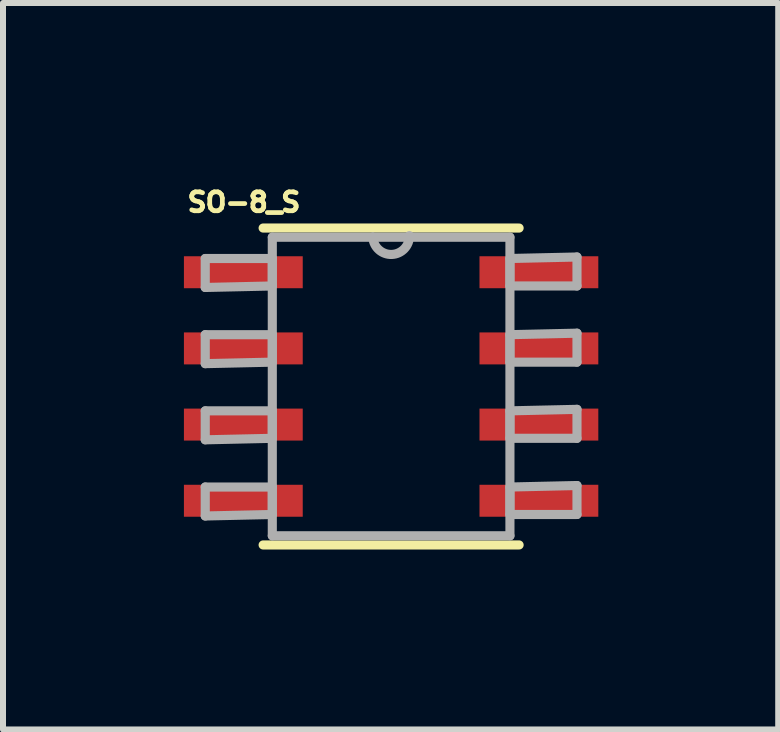
<source format=kicad_pcb>
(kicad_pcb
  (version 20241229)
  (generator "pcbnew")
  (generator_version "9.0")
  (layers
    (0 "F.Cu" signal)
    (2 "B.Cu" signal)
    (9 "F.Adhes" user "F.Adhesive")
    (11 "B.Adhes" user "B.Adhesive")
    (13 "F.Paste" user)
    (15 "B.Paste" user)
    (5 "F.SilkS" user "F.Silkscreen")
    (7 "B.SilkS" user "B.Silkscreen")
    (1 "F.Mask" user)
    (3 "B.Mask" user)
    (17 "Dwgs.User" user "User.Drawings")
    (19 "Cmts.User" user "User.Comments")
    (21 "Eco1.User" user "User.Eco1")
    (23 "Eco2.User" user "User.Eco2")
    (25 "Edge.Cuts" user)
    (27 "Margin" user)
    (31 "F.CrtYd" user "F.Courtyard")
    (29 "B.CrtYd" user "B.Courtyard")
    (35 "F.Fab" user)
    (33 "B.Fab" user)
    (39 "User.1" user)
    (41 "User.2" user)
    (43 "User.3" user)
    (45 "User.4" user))
  (footprint "SO-8_S"
    (layer "F.Cu")
    (at 3.471 3.394)
    (property "Reference" "SO-8_S" (at -2.454 -3.072 0) (layer "F.SilkS") (effects (font (size 0.315 0.315) (thickness 0.15))))
    (attr through_hole)
    (fp_line (start -2.134 2.642) (end 2.134 2.642) (stroke (width 0.152) (type solid)) (layer "F.SilkS"))
    (fp_line (start 2.134 -2.642) (end -2.134 -2.642) (stroke (width 0.152) (type solid)) (layer "F.SilkS"))
    (fp_line (start -3.099 -2.134) (end -3.099 -1.651) (stroke (width 0.152) (type solid)) (layer "F.Fab"))
    (fp_line (start -3.099 -1.651) (end -1.981 -1.676) (stroke (width 0.152) (type solid)) (layer "F.Fab"))
    (fp_line (start -3.099 -0.864) (end -3.099 -0.381) (stroke (width 0.152) (type solid)) (layer "F.Fab"))
    (fp_line (start -3.099 -0.381) (end -1.981 -0.406) (stroke (width 0.152) (type solid)) (layer "F.Fab"))
    (fp_line (start -3.099 0.406) (end -3.099 0.889) (stroke (width 0.152) (type solid)) (layer "F.Fab"))
    (fp_line (start -3.099 0.889) (end -1.981 0.864) (stroke (width 0.152) (type solid)) (layer "F.Fab"))
    (fp_line (start -3.099 1.676) (end -3.099 2.159) (stroke (width 0.152) (type solid)) (layer "F.Fab"))
    (fp_line (start -3.099 2.159) (end -1.981 2.134) (stroke (width 0.152) (type solid)) (layer "F.Fab"))
    (fp_line (start -1.981 -2.489) (end -1.981 2.489) (stroke (width 0.152) (type solid)) (layer "F.Fab"))
    (fp_line (start -1.981 -2.134) (end -3.099 -2.134) (stroke (width 0.152) (type solid)) (layer "F.Fab"))
    (fp_line (start -1.981 -1.676) (end -1.981 -2.134) (stroke (width 0.152) (type solid)) (layer "F.Fab"))
    (fp_line (start -1.981 -0.864) (end -3.099 -0.864) (stroke (width 0.152) (type solid)) (layer "F.Fab"))
    (fp_line (start -1.981 -0.406) (end -1.981 -0.864) (stroke (width 0.152) (type solid)) (layer "F.Fab"))
    (fp_line (start -1.981 0.406) (end -3.099 0.406) (stroke (width 0.152) (type solid)) (layer "F.Fab"))
    (fp_line (start -1.981 0.864) (end -1.981 0.406) (stroke (width 0.152) (type solid)) (layer "F.Fab"))
    (fp_line (start -1.981 1.676) (end -3.099 1.676) (stroke (width 0.152) (type solid)) (layer "F.Fab"))
    (fp_line (start -1.981 2.134) (end -1.981 1.676) (stroke (width 0.152) (type solid)) (layer "F.Fab"))
    (fp_line (start -1.981 2.489) (end 1.981 2.489) (stroke (width 0.152) (type solid)) (layer "F.Fab"))
    (fp_line (start -0.305 -2.489) (end -1.981 -2.489) (stroke (width 0.152) (type solid)) (layer "F.Fab"))
    (fp_line (start 1.981 -2.489) (end -0.305 -2.489) (stroke (width 0.152) (type solid)) (layer "F.Fab"))
    (fp_line (start 1.981 -2.134) (end 1.981 -1.676) (stroke (width 0.152) (type solid)) (layer "F.Fab"))
    (fp_line (start 1.981 -1.676) (end 3.099 -1.676) (stroke (width 0.152) (type solid)) (layer "F.Fab"))
    (fp_line (start 1.981 -0.864) (end 1.981 -0.406) (stroke (width 0.152) (type solid)) (layer "F.Fab"))
    (fp_line (start 1.981 -0.406) (end 3.099 -0.406) (stroke (width 0.152) (type solid)) (layer "F.Fab"))
    (fp_line (start 1.981 0.406) (end 1.981 0.864) (stroke (width 0.152) (type solid)) (layer "F.Fab"))
    (fp_line (start 1.981 0.864) (end 3.099 0.864) (stroke (width 0.152) (type solid)) (layer "F.Fab"))
    (fp_line (start 1.981 1.676) (end 1.981 2.134) (stroke (width 0.152) (type solid)) (layer "F.Fab"))
    (fp_line (start 1.981 2.134) (end 3.099 2.134) (stroke (width 0.152) (type solid)) (layer "F.Fab"))
    (fp_line (start 1.981 2.489) (end 1.981 -2.489) (stroke (width 0.152) (type solid)) (layer "F.Fab"))
    (fp_line (start 3.099 -2.159) (end 1.981 -2.134) (stroke (width 0.152) (type solid)) (layer "F.Fab"))
    (fp_line (start 3.099 -1.676) (end 3.099 -2.159) (stroke (width 0.152) (type solid)) (layer "F.Fab"))
    (fp_line (start 3.099 -0.889) (end 1.981 -0.864) (stroke (width 0.152) (type solid)) (layer "F.Fab"))
    (fp_line (start 3.099 -0.406) (end 3.099 -0.889) (stroke (width 0.152) (type solid)) (layer "F.Fab"))
    (fp_line (start 3.099 0.381) (end 1.981 0.406) (stroke (width 0.152) (type solid)) (layer "F.Fab"))
    (fp_line (start 3.099 0.864) (end 3.099 0.381) (stroke (width 0.152) (type solid)) (layer "F.Fab"))
    (fp_line (start 3.099 1.651) (end 1.981 1.676) (stroke (width 0.152) (type solid)) (layer "F.Fab"))
    (fp_line (start 3.099 2.134) (end 3.099 1.651) (stroke (width 0.152) (type solid)) (layer "F.Fab"))
    (fp_arc (start 0.3048 -2.5146) (mid 0.0127 -2.1971) (end -0.3048 -2.4892) (stroke (width 0.1524) (type solid)) (layer "F.Fab"))
    (pad "1" smd rect (at -2.464 -1.905) (size 1.981 0.533) (layers "F.Cu" "F.Mask" "F.Paste"))
    (pad "2" smd rect (at -2.464 -0.635) (size 1.981 0.533) (layers "F.Cu" "F.Mask" "F.Paste"))
    (pad "3" smd rect (at -2.464 0.635) (size 1.981 0.533) (layers "F.Cu" "F.Mask" "F.Paste"))
    (pad "4" smd rect (at -2.464 1.905) (size 1.981 0.533) (layers "F.Cu" "F.Mask" "F.Paste"))
    (pad "5" smd rect (at 2.464 1.905) (size 1.981 0.533) (layers "F.Cu" "F.Mask" "F.Paste"))
    (pad "6" smd rect (at 2.464 0.635) (size 1.981 0.533) (layers "F.Cu" "F.Mask" "F.Paste"))
    (pad "7" smd rect (at 2.464 -0.635) (size 1.981 0.533) (layers "F.Cu" "F.Mask" "F.Paste"))
    (pad "8" smd rect (at 2.464 -1.905) (size 1.981 0.533) (layers "F.Cu" "F.Mask" "F.Paste")))
  (gr_rect
    (start -3 -3)
    (end 9.925 9.112)
    (stroke (width 0.1) (type default))
    (fill no)
    (layer "Edge.Cuts")))
</source>
